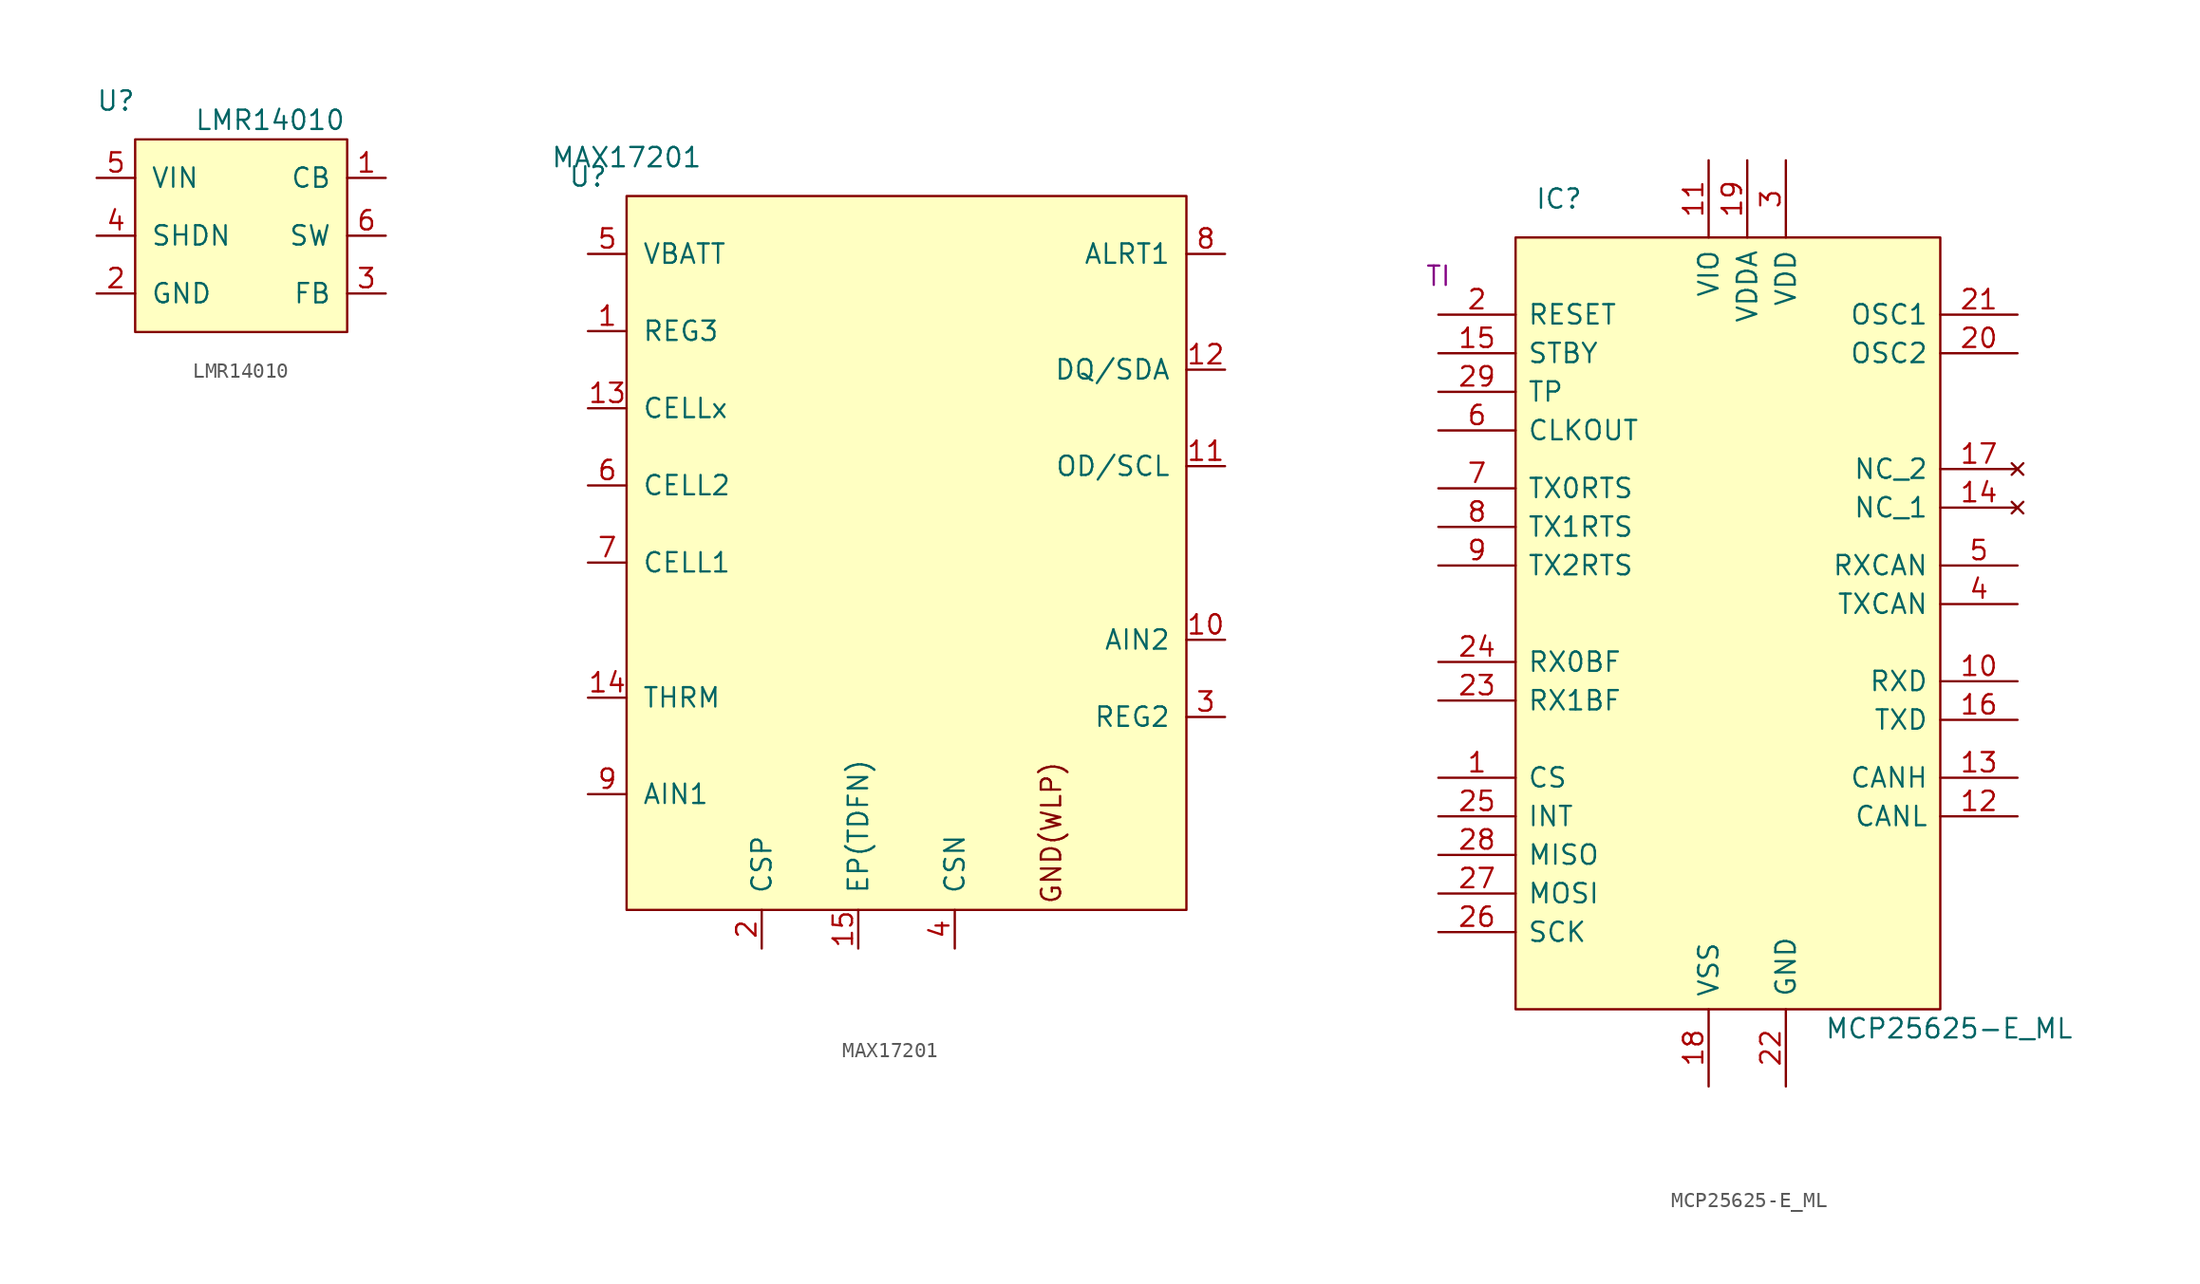
<source format=kicad_sym>
(kicad_symbol_lib
  (version 20211014)
  (generator kicad_symbol_editor)
  (symbol "LMR14010"
    (pin_names
      (offset 1.016))
    (property "Reference" "U"
      (at -7.62 8.89 0)
      (effects (font (size 1.27 1.27))))
    (property "Value" "LMR14010"
      (at 2.54 7.62 0)
      (effects (font (size 1.27 1.27))))
    (symbol "LMR14010_0_1"
      (rectangle (start -6.35 6.35) (end 7.62 -6.35) (stroke (width 0) (type default) (color 0 0 0 0)) (fill (type background))))
    (symbol "LMR14010_1_1"
      (pin input line (at 10.16 3.81 180) (length 2.54) (name "CB" (effects (font (size 1.27 1.27)))) (number "1" (effects (font (size 1.27 1.27)))))
      (pin input line (at -8.89 -3.81 0) (length 2.54) (name "GND" (effects (font (size 1.27 1.27)))) (number "2" (effects (font (size 1.27 1.27)))))
      (pin input line (at 10.16 -3.81 180) (length 2.54) (name "FB" (effects (font (size 1.27 1.27)))) (number "3" (effects (font (size 1.27 1.27)))))
      (pin input line (at -8.89 0 0) (length 2.54) (name "SHDN" (effects (font (size 1.27 1.27)))) (number "4" (effects (font (size 1.27 1.27)))))
      (pin input line (at -8.89 3.81 0) (length 2.54) (name "VIN" (effects (font (size 1.27 1.27)))) (number "5" (effects (font (size 1.27 1.27)))))
      (pin output line (at 10.16 0 180) (length 2.54) (name "SW" (effects (font (size 1.27 1.27)))) (number "6" (effects (font (size 1.27 1.27)))))))
  (symbol "MAX17201"
    (pin_names
      (offset 1.016))
    (property "Reference" "U"
      (at -11.43 12.7 0)
      (effects (font (size 1.27 1.27))))
    (property "Value" "MAX17201"
      (at -8.89 13.97 0)
      (effects (font (size 1.27 1.27))))
    (symbol "MAX17201_0_0"
      (text "GND(WLP)" (at 19.05 -30.48 900) (effects (font (size 1.27 1.27)))))
    (symbol "MAX17201_0_1"
      (rectangle (start -8.89 11.43) (end 27.94 -35.56) (stroke (width 0) (type default) (color 0 0 0 0)) (fill (type background))))
    (symbol "MAX17201_1_1"
      (pin output line (at -11.43 2.54 0) (length 2.54) (name "REG3" (effects (font (size 1.27 1.27)))) (number "1" (effects (font (size 1.27 1.27)))))
      (pin input line (at 30.48 -17.78 180) (length 2.54) (name "AIN2" (effects (font (size 1.27 1.27)))) (number "10" (effects (font (size 1.27 1.27)))))
      (pin bidirectional line (at 30.48 -6.35 180) (length 2.54) (name "OD/SCL" (effects (font (size 1.27 1.27)))) (number "11" (effects (font (size 1.27 1.27)))))
      (pin bidirectional line (at 30.48 0 180) (length 2.54) (name "DQ/SDA" (effects (font (size 1.27 1.27)))) (number "12" (effects (font (size 1.27 1.27)))))
      (pin input line (at -11.43 -2.54 0) (length 2.54) (name "CELLx" (effects (font (size 1.27 1.27)))) (number "13" (effects (font (size 1.27 1.27)))))
      (pin input line (at -11.43 -21.59 0) (length 2.54) (name "THRM" (effects (font (size 1.27 1.27)))) (number "14" (effects (font (size 1.27 1.27)))))
      (pin input line (at 6.35 -38.1 90) (length 2.54) (name "EP(TDFN)" (effects (font (size 1.27 1.27)))) (number "15" (effects (font (size 1.27 1.27)))))
      (pin input line (at 0 -38.1 90) (length 2.54) (name "CSP" (effects (font (size 1.27 1.27)))) (number "2" (effects (font (size 1.27 1.27)))))
      (pin output line (at 30.48 -22.86 180) (length 2.54) (name "REG2" (effects (font (size 1.27 1.27)))) (number "3" (effects (font (size 1.27 1.27)))))
      (pin input line (at 12.7 -38.1 90) (length 2.54) (name "CSN" (effects (font (size 1.27 1.27)))) (number "4" (effects (font (size 1.27 1.27)))))
      (pin input line (at -11.43 7.62 0) (length 2.54) (name "VBATT" (effects (font (size 1.27 1.27)))) (number "5" (effects (font (size 1.27 1.27)))))
      (pin input line (at -11.43 -7.62 0) (length 2.54) (name "CELL2" (effects (font (size 1.27 1.27)))) (number "6" (effects (font (size 1.27 1.27)))))
      (pin input line (at -11.43 -12.7 0) (length 2.54) (name "CELL1" (effects (font (size 1.27 1.27)))) (number "7" (effects (font (size 1.27 1.27)))))
      (pin input line (at 30.48 7.62 180) (length 2.54) (name "ALRT1" (effects (font (size 1.27 1.27)))) (number "8" (effects (font (size 1.27 1.27)))))
      (pin input line (at -11.43 -27.94 0) (length 2.54) (name "AIN1" (effects (font (size 1.27 1.27)))) (number "9" (effects (font (size 1.27 1.27)))))))
  (symbol "MCP25625-E_ML"
    (pin_names
      (offset 0.762))
    (property "Reference" "IC"
      (at -13.97 26.67 0)
      (effects (font (size 1.27 1.27)) (justify left)))
    (property "Value" "MCP25625-E_ML"
      (at 5.08 -27.94 0)
      (effects (font (size 1.27 1.27)) (justify left)))
    (property "MF" "TI"
      (at -20.32 21.59 0)
      (effects (font (size 1.27 1.27))))
    (symbol "MCP25625-E_ML_0_0"
      (pin input line (at -20.32 -11.43 0) (length 5.08) (name "CS" (effects (font (size 1.27 1.27)))) (number "1" (effects (font (size 1.27 1.27)))))
      (pin input line (at 17.78 -5.08 180) (length 5.08) (name "RXD" (effects (font (size 1.27 1.27)))) (number "10" (effects (font (size 1.27 1.27)))))
      (pin power_in line (at -2.54 29.21 270) (length 5.08) (name "VIO" (effects (font (size 1.27 1.27)))) (number "11" (effects (font (size 1.27 1.27)))))
      (pin passive line (at 17.78 -13.97 180) (length 5.08) (name "CANL" (effects (font (size 1.27 1.27)))) (number "12" (effects (font (size 1.27 1.27)))))
      (pin passive line (at 17.78 -11.43 180) (length 5.08) (name "CANH" (effects (font (size 1.27 1.27)))) (number "13" (effects (font (size 1.27 1.27)))))
      (pin no_connect line (at 17.78 6.35 180) (length 5.08) (name "NC_1" (effects (font (size 1.27 1.27)))) (number "14" (effects (font (size 1.27 1.27)))))
      (pin input line (at -20.32 16.51 0) (length 5.08) (name "STBY" (effects (font (size 1.27 1.27)))) (number "15" (effects (font (size 1.27 1.27)))))
      (pin output line (at 17.78 -7.62 180) (length 5.08) (name "TXD" (effects (font (size 1.27 1.27)))) (number "16" (effects (font (size 1.27 1.27)))))
      (pin no_connect line (at 17.78 8.89 180) (length 5.08) (name "NC_2" (effects (font (size 1.27 1.27)))) (number "17" (effects (font (size 1.27 1.27)))))
      (pin power_in line (at -2.54 -31.75 90) (length 5.08) (name "VSS" (effects (font (size 1.27 1.27)))) (number "18" (effects (font (size 1.27 1.27)))))
      (pin power_in line (at 0 29.21 270) (length 5.08) (name "VDDA" (effects (font (size 1.27 1.27)))) (number "19" (effects (font (size 1.27 1.27)))))
      (pin passive line (at -20.32 19.05 0) (length 5.08) (name "RESET" (effects (font (size 1.27 1.27)))) (number "2" (effects (font (size 1.27 1.27)))))
      (pin passive line (at 17.78 16.51 180) (length 5.08) (name "OSC2" (effects (font (size 1.27 1.27)))) (number "20" (effects (font (size 1.27 1.27)))))
      (pin passive line (at 17.78 19.05 180) (length 5.08) (name "OSC1" (effects (font (size 1.27 1.27)))) (number "21" (effects (font (size 1.27 1.27)))))
      (pin power_in line (at 2.54 -31.75 90) (length 5.08) (name "GND" (effects (font (size 1.27 1.27)))) (number "22" (effects (font (size 1.27 1.27)))))
      (pin bidirectional line (at -20.32 -6.35 0) (length 5.08) (name "RX1BF" (effects (font (size 1.27 1.27)))) (number "23" (effects (font (size 1.27 1.27)))))
      (pin bidirectional line (at -20.32 -3.81 0) (length 5.08) (name "RX0BF" (effects (font (size 1.27 1.27)))) (number "24" (effects (font (size 1.27 1.27)))))
      (pin input line (at -20.32 -13.97 0) (length 5.08) (name "INT" (effects (font (size 1.27 1.27)))) (number "25" (effects (font (size 1.27 1.27)))))
      (pin input line (at -20.32 -21.59 0) (length 5.08) (name "SCK" (effects (font (size 1.27 1.27)))) (number "26" (effects (font (size 1.27 1.27)))))
      (pin input line (at -20.32 -19.05 0) (length 5.08) (name "MOSI" (effects (font (size 1.27 1.27)))) (number "27" (effects (font (size 1.27 1.27)))))
      (pin output line (at -20.32 -16.51 0) (length 5.08) (name "MISO" (effects (font (size 1.27 1.27)))) (number "28" (effects (font (size 1.27 1.27)))))
      (pin bidirectional line (at -20.32 13.97 0) (length 5.08) (name "TP" (effects (font (size 1.27 1.27)))) (number "29" (effects (font (size 1.27 1.27)))))
      (pin power_in line (at 2.54 29.21 270) (length 5.08) (name "VDD" (effects (font (size 1.27 1.27)))) (number "3" (effects (font (size 1.27 1.27)))))
      (pin input line (at 17.78 0 180) (length 5.08) (name "TXCAN" (effects (font (size 1.27 1.27)))) (number "4" (effects (font (size 1.27 1.27)))))
      (pin output line (at 17.78 2.54 180) (length 5.08) (name "RXCAN" (effects (font (size 1.27 1.27)))) (number "5" (effects (font (size 1.27 1.27)))))
      (pin output line (at -20.32 11.43 0) (length 5.08) (name "CLKOUT" (effects (font (size 1.27 1.27)))) (number "6" (effects (font (size 1.27 1.27)))))
      (pin bidirectional line (at -20.32 7.62 0) (length 5.08) (name "TX0RTS" (effects (font (size 1.27 1.27)))) (number "7" (effects (font (size 1.27 1.27)))))
      (pin bidirectional line (at -20.32 5.08 0) (length 5.08) (name "TX1RTS" (effects (font (size 1.27 1.27)))) (number "8" (effects (font (size 1.27 1.27)))))
      (pin bidirectional line (at -20.32 2.54 0) (length 5.08) (name "TX2RTS" (effects (font (size 1.27 1.27)))) (number "9" (effects (font (size 1.27 1.27))))))
    (symbol "MCP25625-E_ML_0_1"
      (rectangle (start -15.24 24.13) (end 12.7 -26.67) (stroke (width 0) (type default) (color 0 0 0 0)) (fill (type background))))))
</source>
